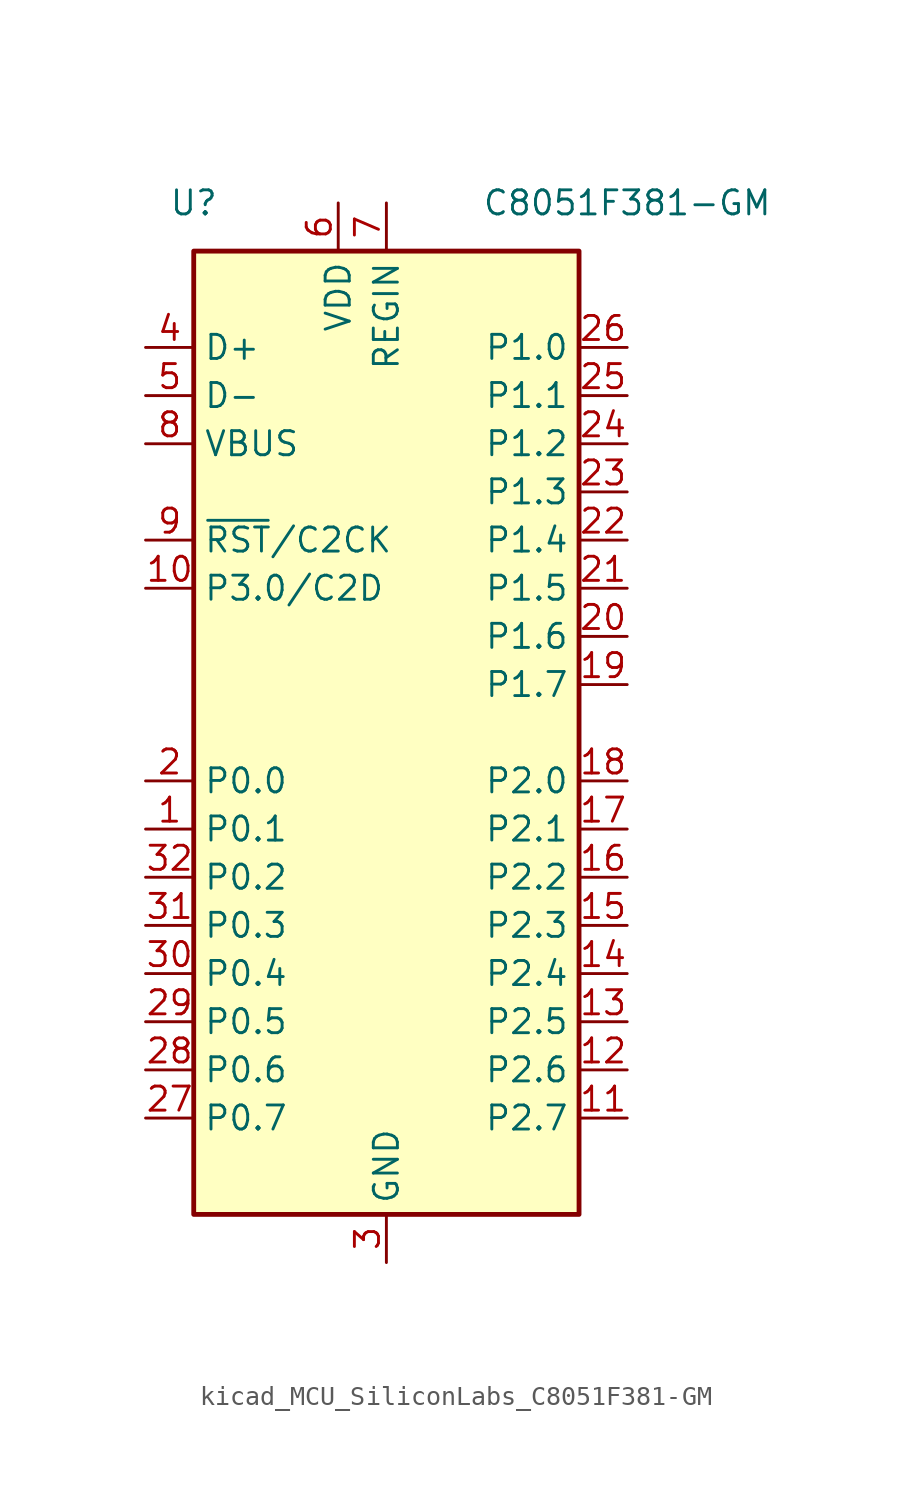
<source format=kicad_sym>
(kicad_symbol_lib
  (version 20220914)
  (generator kicad_symbol_editor)
  (symbol "kicad_MCU_SiliconLabs_C8051F381-GM"
    (property "Reference" "U"
      (at -10.16 27.94 0)
      (effects (font (size 1.27 1.27))))
    (property "Value" "C8051F381-GM"
      (at 12.7 27.94 0)
      (effects (font (size 1.27 1.27))))
    (symbol "kicad_MCU_SiliconLabs_C8051F381-GM_0_1"
      (rectangle (start -10.16 25.4) (end 10.16 -25.4) (stroke (width 0.254) (type default)) (fill (type background))))
    (symbol "kicad_MCU_SiliconLabs_C8051F381-GM_1_1"
      (pin bidirectional line (at -12.7 -5.08 0) (length 2.54) (name "P0.1" (effects (font (size 1.27 1.27)))) (number "1" (effects (font (size 1.27 1.27)))))
      (pin bidirectional line (at -12.7 7.62 0) (length 2.54) (name "P3.0/C2D" (effects (font (size 1.27 1.27)))) (number "10" (effects (font (size 1.27 1.27)))))
      (pin bidirectional line (at 12.7 -20.32 180) (length 2.54) (name "P2.7" (effects (font (size 1.27 1.27)))) (number "11" (effects (font (size 1.27 1.27)))))
      (pin bidirectional line (at 12.7 -17.78 180) (length 2.54) (name "P2.6" (effects (font (size 1.27 1.27)))) (number "12" (effects (font (size 1.27 1.27)))))
      (pin bidirectional line (at 12.7 -15.24 180) (length 2.54) (name "P2.5" (effects (font (size 1.27 1.27)))) (number "13" (effects (font (size 1.27 1.27)))))
      (pin bidirectional line (at 12.7 -12.7 180) (length 2.54) (name "P2.4" (effects (font (size 1.27 1.27)))) (number "14" (effects (font (size 1.27 1.27)))))
      (pin bidirectional line (at 12.7 -10.16 180) (length 2.54) (name "P2.3" (effects (font (size 1.27 1.27)))) (number "15" (effects (font (size 1.27 1.27)))))
      (pin bidirectional line (at 12.7 -7.62 180) (length 2.54) (name "P2.2" (effects (font (size 1.27 1.27)))) (number "16" (effects (font (size 1.27 1.27)))))
      (pin bidirectional line (at 12.7 -5.08 180) (length 2.54) (name "P2.1" (effects (font (size 1.27 1.27)))) (number "17" (effects (font (size 1.27 1.27)))))
      (pin bidirectional line (at 12.7 -2.54 180) (length 2.54) (name "P2.0" (effects (font (size 1.27 1.27)))) (number "18" (effects (font (size 1.27 1.27)))))
      (pin bidirectional line (at 12.7 2.54 180) (length 2.54) (name "P1.7" (effects (font (size 1.27 1.27)))) (number "19" (effects (font (size 1.27 1.27)))))
      (pin bidirectional line (at -12.7 -2.54 0) (length 2.54) (name "P0.0" (effects (font (size 1.27 1.27)))) (number "2" (effects (font (size 1.27 1.27)))))
      (pin bidirectional line (at 12.7 5.08 180) (length 2.54) (name "P1.6" (effects (font (size 1.27 1.27)))) (number "20" (effects (font (size 1.27 1.27)))))
      (pin bidirectional line (at 12.7 7.62 180) (length 2.54) (name "P1.5" (effects (font (size 1.27 1.27)))) (number "21" (effects (font (size 1.27 1.27)))))
      (pin bidirectional line (at 12.7 10.16 180) (length 2.54) (name "P1.4" (effects (font (size 1.27 1.27)))) (number "22" (effects (font (size 1.27 1.27)))))
      (pin bidirectional line (at 12.7 12.7 180) (length 2.54) (name "P1.3" (effects (font (size 1.27 1.27)))) (number "23" (effects (font (size 1.27 1.27)))))
      (pin bidirectional line (at 12.7 15.24 180) (length 2.54) (name "P1.2" (effects (font (size 1.27 1.27)))) (number "24" (effects (font (size 1.27 1.27)))))
      (pin bidirectional line (at 12.7 17.78 180) (length 2.54) (name "P1.1" (effects (font (size 1.27 1.27)))) (number "25" (effects (font (size 1.27 1.27)))))
      (pin bidirectional line (at 12.7 20.32 180) (length 2.54) (name "P1.0" (effects (font (size 1.27 1.27)))) (number "26" (effects (font (size 1.27 1.27)))))
      (pin bidirectional line (at -12.7 -20.32 0) (length 2.54) (name "P0.7" (effects (font (size 1.27 1.27)))) (number "27" (effects (font (size 1.27 1.27)))))
      (pin bidirectional line (at -12.7 -17.78 0) (length 2.54) (name "P0.6" (effects (font (size 1.27 1.27)))) (number "28" (effects (font (size 1.27 1.27)))))
      (pin bidirectional line (at -12.7 -15.24 0) (length 2.54) (name "P0.5" (effects (font (size 1.27 1.27)))) (number "29" (effects (font (size 1.27 1.27)))))
      (pin power_in line (at 0 -27.94 90) (length 2.54) (name "GND" (effects (font (size 1.27 1.27)))) (number "3" (effects (font (size 1.27 1.27)))))
      (pin bidirectional line (at -12.7 -12.7 0) (length 2.54) (name "P0.4" (effects (font (size 1.27 1.27)))) (number "30" (effects (font (size 1.27 1.27)))))
      (pin bidirectional line (at -12.7 -10.16 0) (length 2.54) (name "P0.3" (effects (font (size 1.27 1.27)))) (number "31" (effects (font (size 1.27 1.27)))))
      (pin bidirectional line (at -12.7 -7.62 0) (length 2.54) (name "P0.2" (effects (font (size 1.27 1.27)))) (number "32" (effects (font (size 1.27 1.27)))))
      (pin passive line (at 0 -27.94 90) (length 2.54) hide (name "GND" (effects (font (size 1.27 1.27)))) (number "33" (effects (font (size 1.27 1.27)))))
      (pin bidirectional line (at -12.7 20.32 0) (length 2.54) (name "D+" (effects (font (size 1.27 1.27)))) (number "4" (effects (font (size 1.27 1.27)))))
      (pin bidirectional line (at -12.7 17.78 0) (length 2.54) (name "D-" (effects (font (size 1.27 1.27)))) (number "5" (effects (font (size 1.27 1.27)))))
      (pin power_in line (at -2.54 27.94 270) (length 2.54) (name "VDD" (effects (font (size 1.27 1.27)))) (number "6" (effects (font (size 1.27 1.27)))))
      (pin power_in line (at 0 27.94 270) (length 2.54) (name "REGIN" (effects (font (size 1.27 1.27)))) (number "7" (effects (font (size 1.27 1.27)))))
      (pin input line (at -12.7 15.24 0) (length 2.54) (name "VBUS" (effects (font (size 1.27 1.27)))) (number "8" (effects (font (size 1.27 1.27)))))
      (pin input line (at -12.7 10.16 0) (length 2.54) (name "~{RST}/C2CK" (effects (font (size 1.27 1.27)))) (number "9" (effects (font (size 1.27 1.27))))))))
</source>
